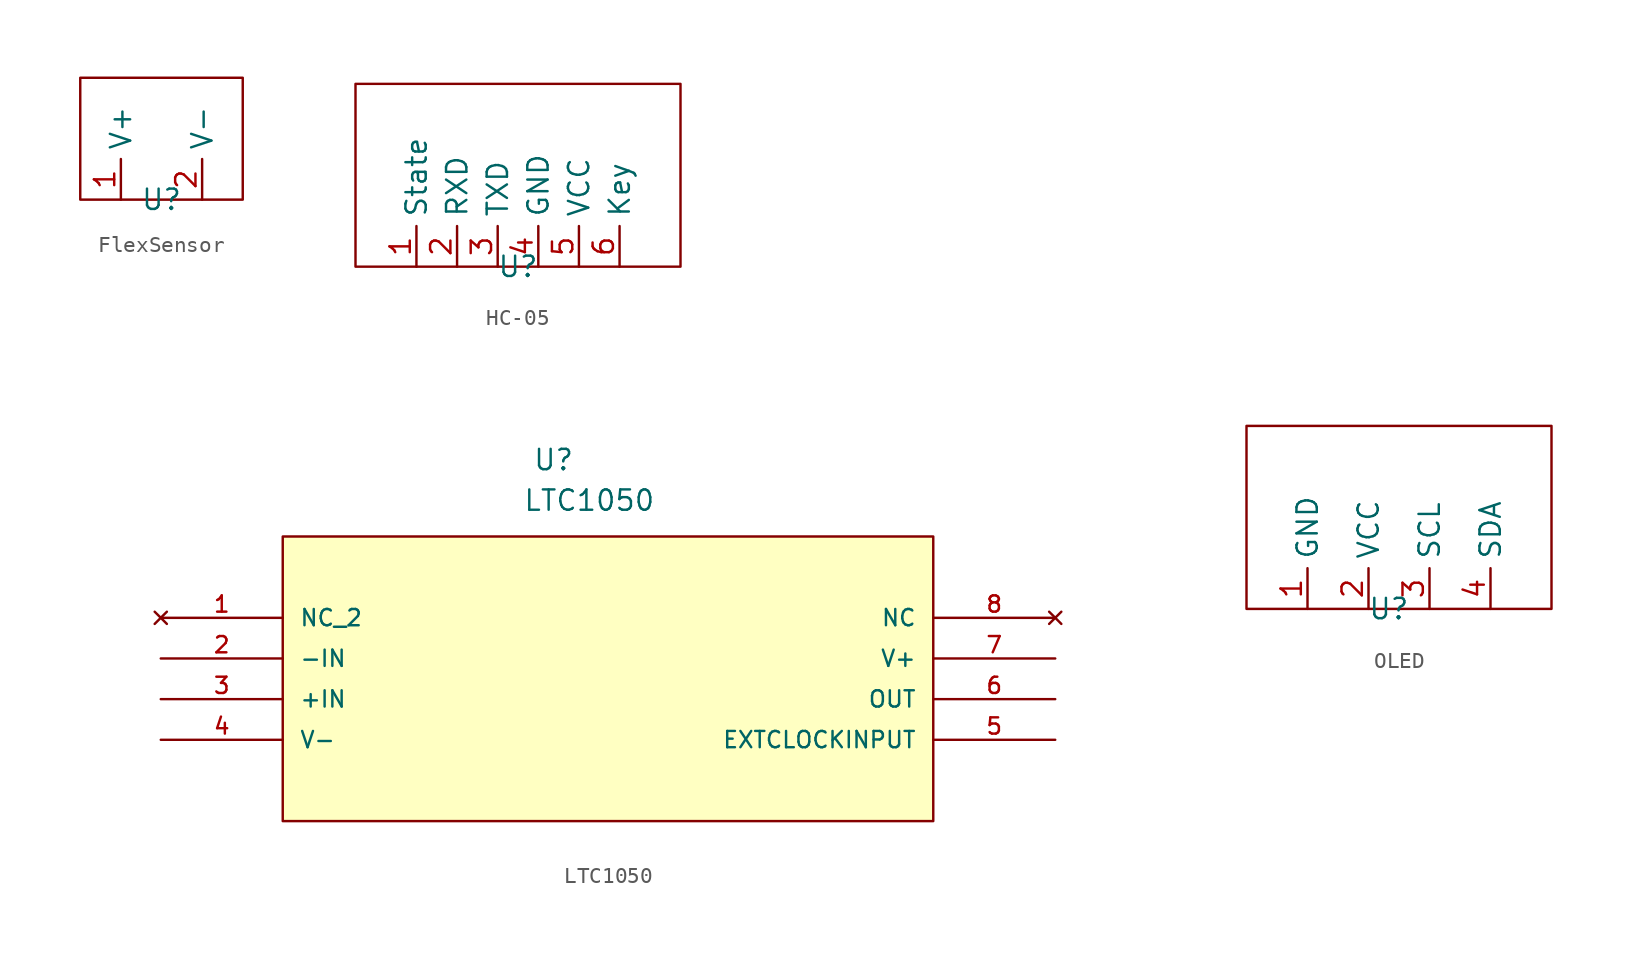
<source format=kicad_sym>
(kicad_symbol_lib
  (version 20231120)
  (generator "kicad_symbol_editor")
  (generator_version "8.0")
  (symbol "FlexSensor"
    (property "Reference" "U"
      (at 0 0 0)
      (effects (font (size 1.27 1.27))))
    (property "Value" ""
      (at 0 0 0)
      (effects (font (size 1.27 1.27))))
    (symbol "FlexSensor_0_1"
      (rectangle (start -5.08 0) (end 5.08 7.62) (stroke (width 0) (type default)) (fill (type none))))
    (symbol "FlexSensor_1_1"
      (pin input line (at -2.54 0 90) (length 2.54) (name "V+" (effects (font (size 1.27 1.27)))) (number "1" (effects (font (size 1.27 1.27)))))
      (pin input line (at 2.54 0 90) (length 2.54) (name "V-" (effects (font (size 1.27 1.27)))) (number "2" (effects (font (size 1.27 1.27)))))))
  (symbol "HC-05"
    (property "Reference" "U"
      (at 0 0 0)
      (effects (font (size 1.27 1.27))))
    (property "Value" ""
      (at 0 0 0)
      (effects (font (size 1.27 1.27))))
    (symbol "HC-05_0_1"
      (rectangle (start -10.16 0) (end 10.16 11.43) (stroke (width 0) (type default)) (fill (type none))))
    (symbol "HC-05_1_1"
      (pin input line (at -6.35 0 90) (length 2.54) (name "State" (effects (font (size 1.27 1.27)))) (number "1" (effects (font (size 1.27 1.27)))))
      (pin input line (at -3.81 0 90) (length 2.54) (name "RXD" (effects (font (size 1.27 1.27)))) (number "2" (effects (font (size 1.27 1.27)))))
      (pin input line (at -1.27 0 90) (length 2.54) (name "TXD" (effects (font (size 1.27 1.27)))) (number "3" (effects (font (size 1.27 1.27)))))
      (pin input line (at 1.27 0 90) (length 2.54) (name "GND" (effects (font (size 1.27 1.27)))) (number "4" (effects (font (size 1.27 1.27)))))
      (pin input line (at 3.81 0 90) (length 2.54) (name "VCC" (effects (font (size 1.27 1.27)))) (number "5" (effects (font (size 1.27 1.27)))))
      (pin input line (at 6.35 0 90) (length 2.54) (name "Key" (effects (font (size 1.27 1.27)))) (number "6" (effects (font (size 1.27 1.27)))))))
  (symbol "LTC1050"
    (pin_names
      (offset 1.016))
    (property "Reference" "U"
      (at 23.229 9.124 0)
      (effects (font (size 1.27 1.27)) (justify left bottom)))
    (property "Value" "LTC1050"
      (at 22.62 6.59 0)
      (effects (font (size 1.27 1.27)) (justify left bottom)))
    (symbol "LTC1050_0_0"
      (rectangle (start 7.62 -12.7) (end 48.26 5.08) (stroke (width 0.152) (type default)) (fill (type background)))
      (pin no_connect line (at 0 0 0) (length 7.62) (name "NC_2" (effects (font (size 1.016 1.016)))) (number "1" (effects (font (size 1.016 1.016)))))
      (pin input line (at 0 -2.54 0) (length 7.62) (name "-IN" (effects (font (size 1.016 1.016)))) (number "2" (effects (font (size 1.016 1.016)))))
      (pin input line (at 0 -5.08 0) (length 7.62) (name "+IN" (effects (font (size 1.016 1.016)))) (number "3" (effects (font (size 1.016 1.016)))))
      (pin power_in line (at 0 -7.62 0) (length 7.62) (name "V-" (effects (font (size 1.016 1.016)))) (number "4" (effects (font (size 1.016 1.016)))))
      (pin input line (at 55.88 -7.62 180) (length 7.62) (name "EXTCLOCKINPUT" (effects (font (size 1.016 1.016)))) (number "5" (effects (font (size 1.016 1.016)))))
      (pin output line (at 55.88 -5.08 180) (length 7.62) (name "OUT" (effects (font (size 1.016 1.016)))) (number "6" (effects (font (size 1.016 1.016)))))
      (pin power_in line (at 55.88 -2.54 180) (length 7.62) (name "V+" (effects (font (size 1.016 1.016)))) (number "7" (effects (font (size 1.016 1.016)))))
      (pin no_connect line (at 55.88 0 180) (length 7.62) (name "NC" (effects (font (size 1.016 1.016)))) (number "8" (effects (font (size 1.016 1.016)))))))
  (symbol "OLED"
    (property "Reference" "U"
      (at 0 0 0)
      (effects (font (size 1.27 1.27))))
    (property "Value" ""
      (at 0 0 0)
      (effects (font (size 1.27 1.27))))
    (symbol "OLED_0_1"
      (rectangle (start -8.89 0) (end 10.16 11.43) (stroke (width 0) (type default)) (fill (type none))))
    (symbol "OLED_1_1"
      (pin input line (at -5.08 0 90) (length 2.54) (name "GND" (effects (font (size 1.27 1.27)))) (number "1" (effects (font (size 1.27 1.27)))))
      (pin input line (at -1.27 0 90) (length 2.54) (name "VCC" (effects (font (size 1.27 1.27)))) (number "2" (effects (font (size 1.27 1.27)))))
      (pin input line (at 2.54 0 90) (length 2.54) (name "SCL" (effects (font (size 1.27 1.27)))) (number "3" (effects (font (size 1.27 1.27)))))
      (pin input line (at 6.35 0 90) (length 2.54) (name "SDA" (effects (font (size 1.27 1.27)))) (number "4" (effects (font (size 1.27 1.27))))))))
</source>
